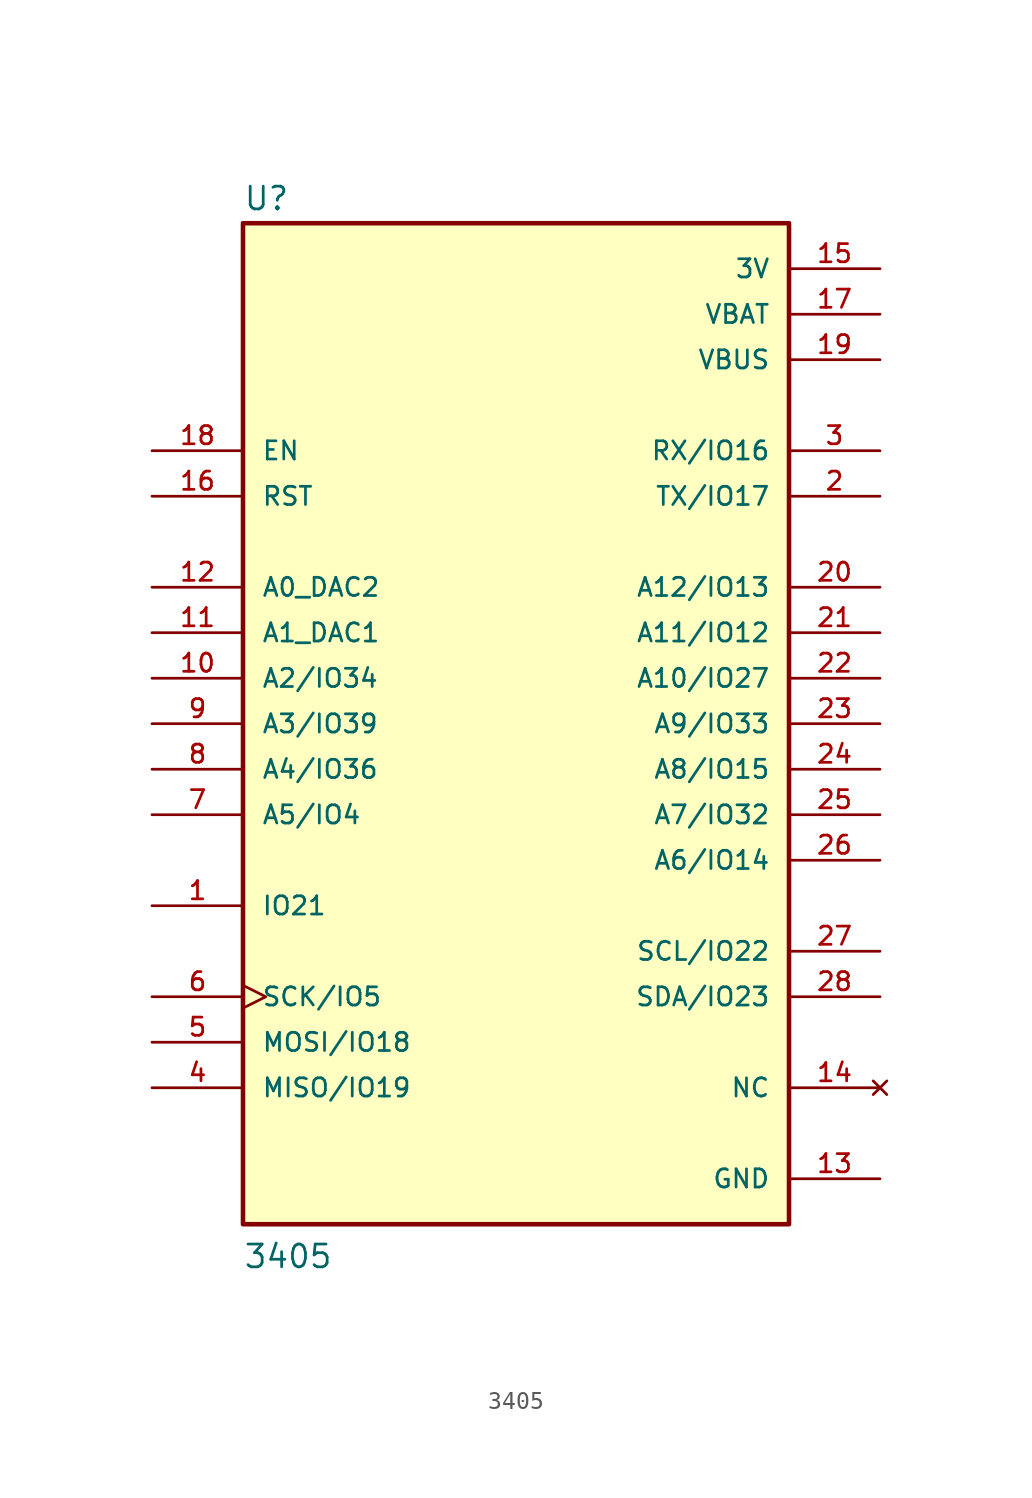
<source format=kicad_sym>
(kicad_symbol_lib
  (version 20211014)
  (generator kicad_symbol_editor)
  (symbol "3405"
    (pin_names
      (offset 1.016))
    (property "Reference" "U"
      (at -15.24 28.575 0)
      (effects (font (size 1.27 1.27)) (justify bottom left)))
    (property "Value" "3405"
      (at -15.24 -30.48 0)
      (effects (font (size 1.27 1.27)) (justify bottom left)))
    (symbol "3405_0_0"
      (rectangle (start -15.24 -27.94) (end 15.24 27.94) (stroke (width 0.254)) (fill (type background)))
      (pin power_in line (at 20.32 -25.4 180.0) (length 5.08) (name "GND" (effects (font (size 1.016 1.016)))) (number "13" (effects (font (size 1.016 1.016)))))
      (pin power_in line (at 20.32 25.4 180.0) (length 5.08) (name "3V" (effects (font (size 1.016 1.016)))) (number "15" (effects (font (size 1.016 1.016)))))
      (pin input line (at -20.32 15.24 0) (length 5.08) (name "EN" (effects (font (size 1.016 1.016)))) (number "18" (effects (font (size 1.016 1.016)))))
      (pin bidirectional line (at 20.32 7.62 180.0) (length 5.08) (name "A12/IO13" (effects (font (size 1.016 1.016)))) (number "20" (effects (font (size 1.016 1.016)))))
      (pin bidirectional line (at 20.32 5.08 180.0) (length 5.08) (name "A11/IO12" (effects (font (size 1.016 1.016)))) (number "21" (effects (font (size 1.016 1.016)))))
      (pin bidirectional line (at 20.32 -12.7 180.0) (length 5.08) (name "SCL/IO22" (effects (font (size 1.016 1.016)))) (number "27" (effects (font (size 1.016 1.016)))))
      (pin bidirectional line (at 20.32 -7.62 180.0) (length 5.08) (name "A6/IO14" (effects (font (size 1.016 1.016)))) (number "26" (effects (font (size 1.016 1.016)))))
      (pin bidirectional line (at 20.32 2.54 180.0) (length 5.08) (name "A10/IO27" (effects (font (size 1.016 1.016)))) (number "22" (effects (font (size 1.016 1.016)))))
      (pin bidirectional line (at 20.32 0.0 180.0) (length 5.08) (name "A9/IO33" (effects (font (size 1.016 1.016)))) (number "23" (effects (font (size 1.016 1.016)))))
      (pin bidirectional line (at 20.32 -2.54 180.0) (length 5.08) (name "A8/IO15" (effects (font (size 1.016 1.016)))) (number "24" (effects (font (size 1.016 1.016)))))
      (pin bidirectional line (at 20.32 -5.08 180.0) (length 5.08) (name "A7/IO32" (effects (font (size 1.016 1.016)))) (number "25" (effects (font (size 1.016 1.016)))))
      (pin power_in line (at 20.32 22.86 180.0) (length 5.08) (name "VBAT" (effects (font (size 1.016 1.016)))) (number "17" (effects (font (size 1.016 1.016)))))
      (pin power_in line (at 20.32 20.32 180.0) (length 5.08) (name "VBUS" (effects (font (size 1.016 1.016)))) (number "19" (effects (font (size 1.016 1.016)))))
      (pin bidirectional line (at 20.32 -15.24 180.0) (length 5.08) (name "SDA/IO23" (effects (font (size 1.016 1.016)))) (number "28" (effects (font (size 1.016 1.016)))))
      (pin input line (at -20.32 12.7 0) (length 5.08) (name "RST" (effects (font (size 1.016 1.016)))) (number "16" (effects (font (size 1.016 1.016)))))
      (pin no_connect line (at 20.32 -20.32 180.0) (length 5.08) (name "NC" (effects (font (size 1.016 1.016)))) (number "14" (effects (font (size 1.016 1.016)))))
      (pin bidirectional line (at -20.32 7.62 0) (length 5.08) (name "A0_DAC2" (effects (font (size 1.016 1.016)))) (number "12" (effects (font (size 1.016 1.016)))))
      (pin bidirectional line (at -20.32 5.08 0) (length 5.08) (name "A1_DAC1" (effects (font (size 1.016 1.016)))) (number "11" (effects (font (size 1.016 1.016)))))
      (pin bidirectional line (at -20.32 0.0 0) (length 5.08) (name "A3/IO39" (effects (font (size 1.016 1.016)))) (number "9" (effects (font (size 1.016 1.016)))))
      (pin bidirectional line (at -20.32 -2.54 0) (length 5.08) (name "A4/IO36" (effects (font (size 1.016 1.016)))) (number "8" (effects (font (size 1.016 1.016)))))
      (pin bidirectional line (at -20.32 -5.08 0) (length 5.08) (name "A5/IO4" (effects (font (size 1.016 1.016)))) (number "7" (effects (font (size 1.016 1.016)))))
      (pin bidirectional clock (at -20.32 -15.24 0) (length 5.08) (name "SCK/IO5" (effects (font (size 1.016 1.016)))) (number "6" (effects (font (size 1.016 1.016)))))
      (pin bidirectional line (at -20.32 -17.78 0) (length 5.08) (name "MOSI/IO18" (effects (font (size 1.016 1.016)))) (number "5" (effects (font (size 1.016 1.016)))))
      (pin bidirectional line (at -20.32 -20.32 0) (length 5.08) (name "MISO/IO19" (effects (font (size 1.016 1.016)))) (number "4" (effects (font (size 1.016 1.016)))))
      (pin bidirectional line (at 20.32 15.24 180.0) (length 5.08) (name "RX/IO16" (effects (font (size 1.016 1.016)))) (number "3" (effects (font (size 1.016 1.016)))))
      (pin bidirectional line (at 20.32 12.7 180.0) (length 5.08) (name "TX/IO17" (effects (font (size 1.016 1.016)))) (number "2" (effects (font (size 1.016 1.016)))))
      (pin bidirectional line (at -20.32 -10.16 0) (length 5.08) (name "IO21" (effects (font (size 1.016 1.016)))) (number "1" (effects (font (size 1.016 1.016)))))
      (pin bidirectional line (at -20.32 2.54 0) (length 5.08) (name "A2/IO34" (effects (font (size 1.016 1.016)))) (number "10" (effects (font (size 1.016 1.016))))))))
</source>
